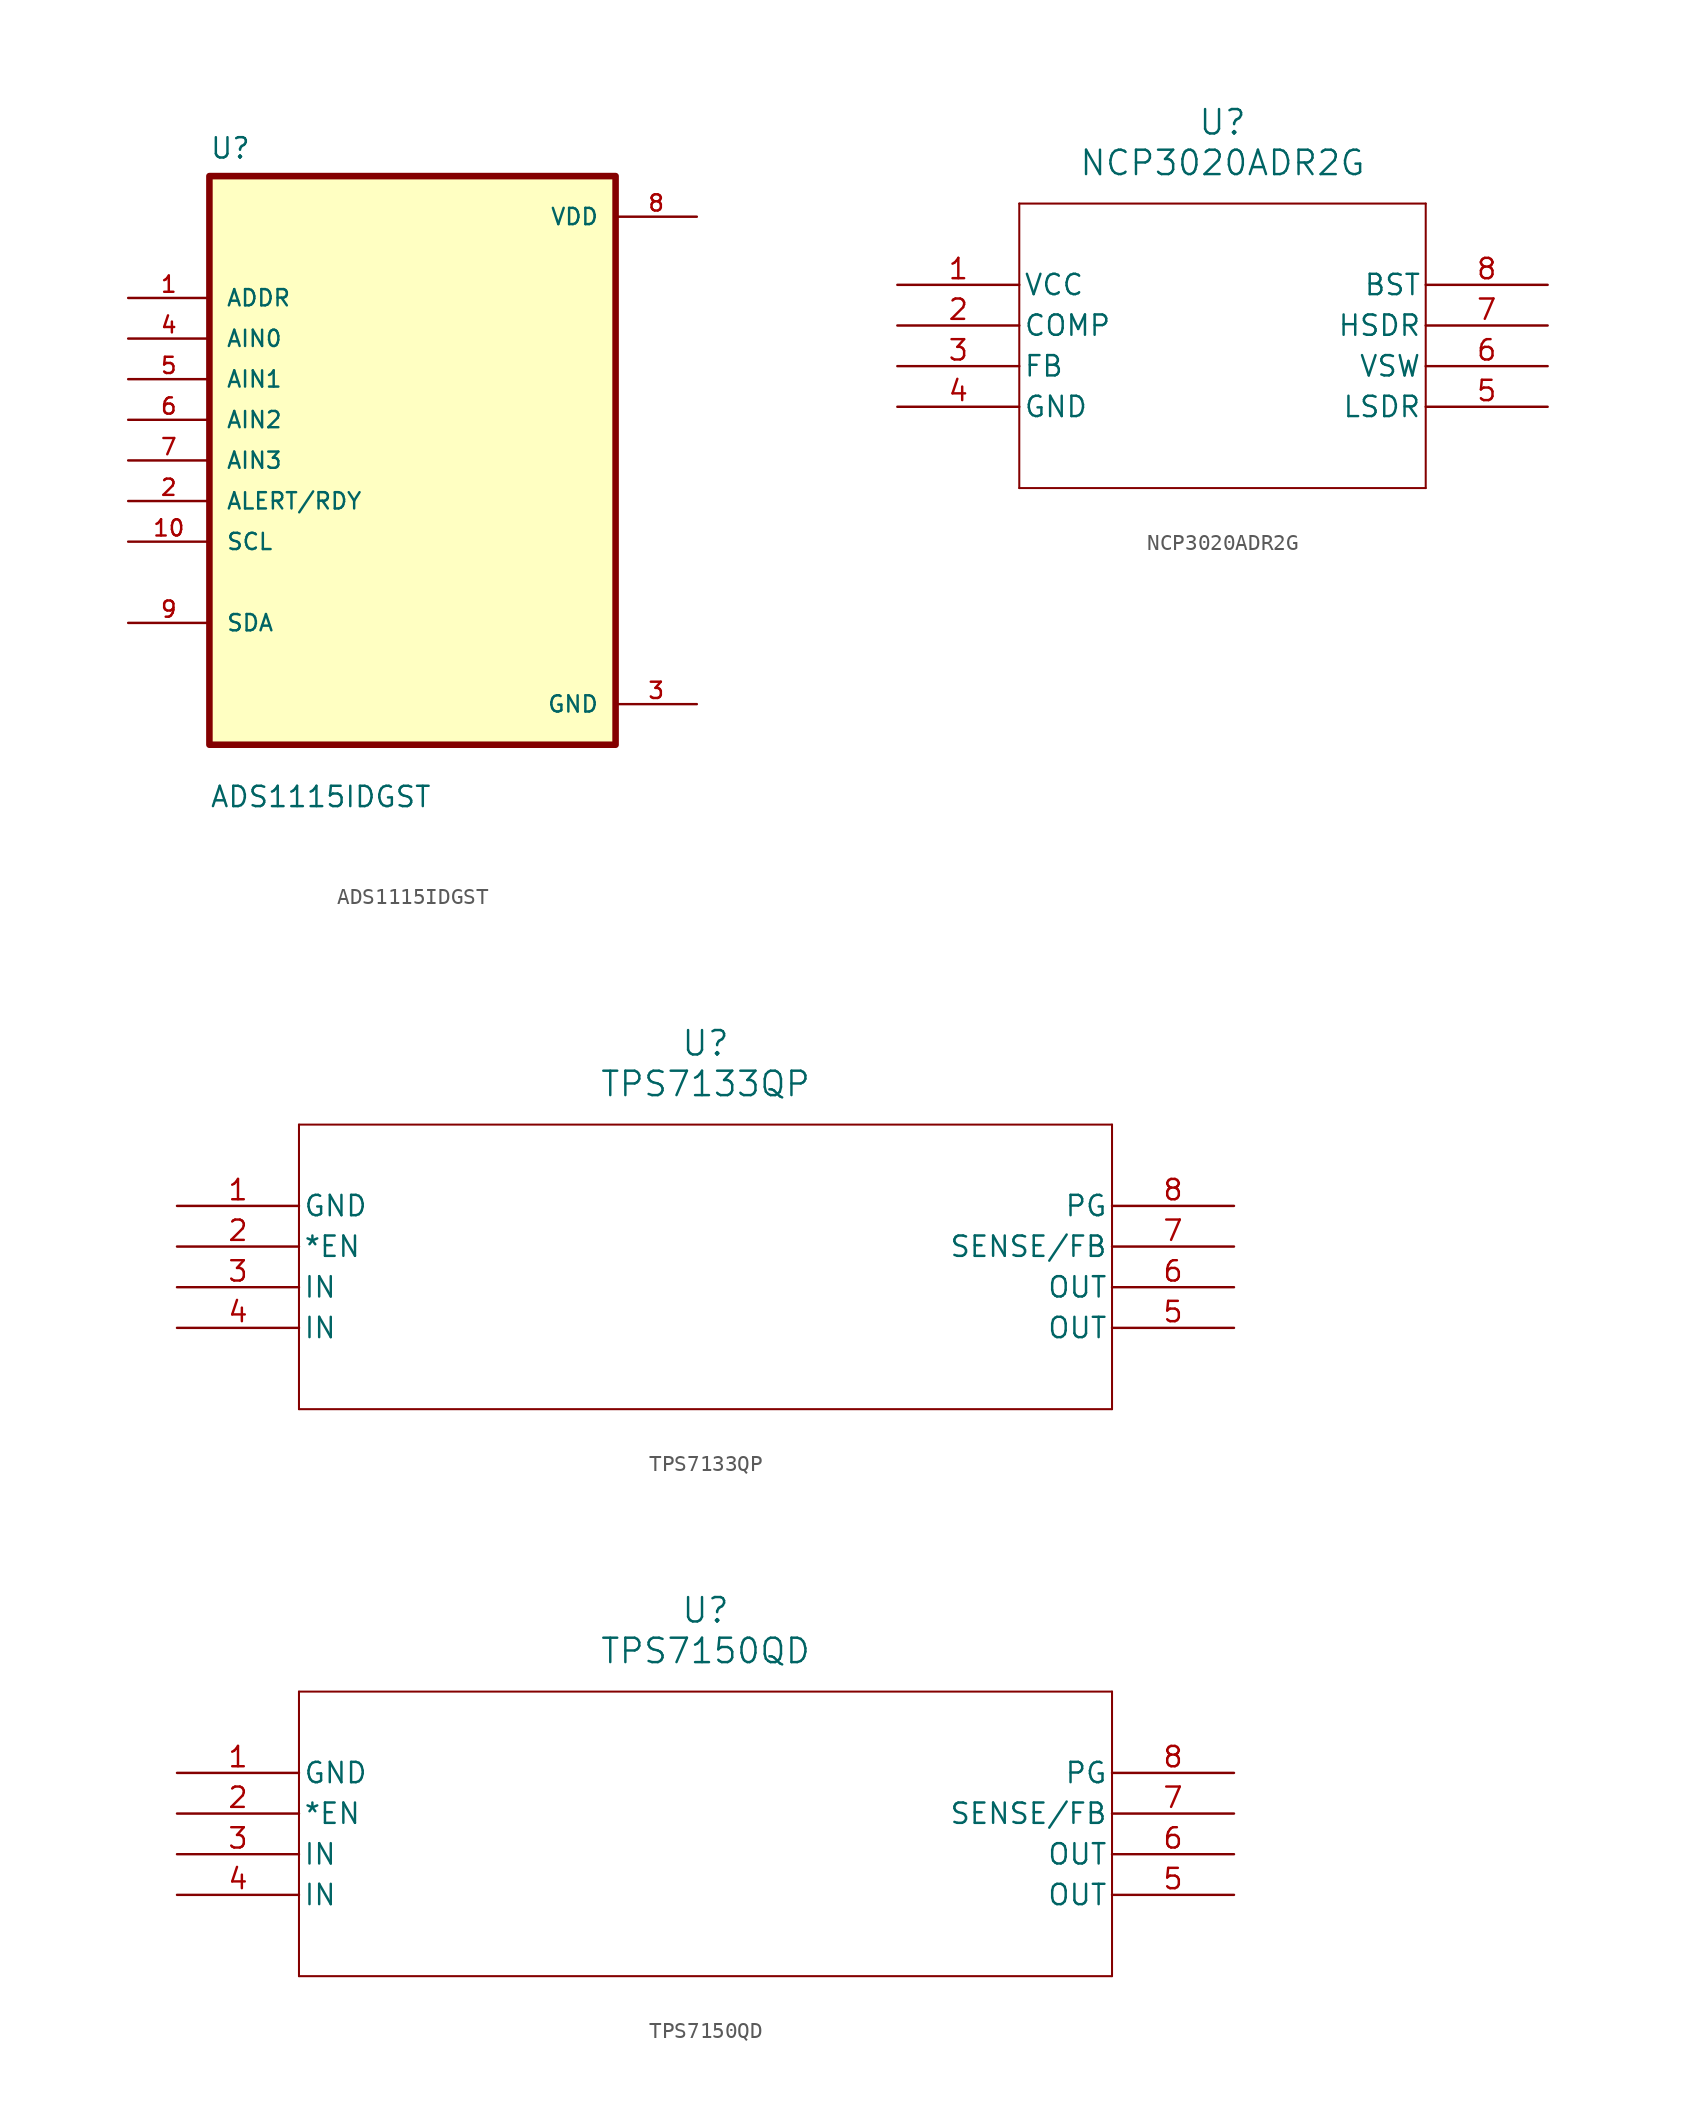
<source format=kicad_sym>
(kicad_symbol_lib
  (version 20220914)
  (generator kicad_symbol_editor)
  (symbol "ADS1115IDGST"
    (pin_names
      (offset 1.016))
    (property "Reference" "U"
      (at -12.7 18.78 0)
      (effects (font (size 1.27 1.27)) (justify left bottom)))
    (property "Value" "ADS1115IDGST"
      (at -12.7 -21.78 0)
      (effects (font (size 1.27 1.27)) (justify left bottom)))
    (symbol "ADS1115IDGST_0_0"
      (rectangle (start -12.7 -17.78) (end 12.7 17.78) (stroke (width 0.41) (type default)) (fill (type background)))
      (pin input line (at -17.78 10.16 0) (length 5.08) (name "ADDR" (effects (font (size 1.016 1.016)))) (number "1" (effects (font (size 1.016 1.016)))))
      (pin input line (at -17.78 -5.08 0) (length 5.08) (name "SCL" (effects (font (size 1.016 1.016)))) (number "10" (effects (font (size 1.016 1.016)))))
      (pin input line (at -17.78 -2.54 0) (length 5.08) (name "ALERT/RDY" (effects (font (size 1.016 1.016)))) (number "2" (effects (font (size 1.016 1.016)))))
      (pin power_in line (at 17.78 -15.24 180) (length 5.08) (name "GND" (effects (font (size 1.016 1.016)))) (number "3" (effects (font (size 1.016 1.016)))))
      (pin input line (at -17.78 7.62 0) (length 5.08) (name "AIN0" (effects (font (size 1.016 1.016)))) (number "4" (effects (font (size 1.016 1.016)))))
      (pin input line (at -17.78 5.08 0) (length 5.08) (name "AIN1" (effects (font (size 1.016 1.016)))) (number "5" (effects (font (size 1.016 1.016)))))
      (pin input line (at -17.78 2.54 0) (length 5.08) (name "AIN2" (effects (font (size 1.016 1.016)))) (number "6" (effects (font (size 1.016 1.016)))))
      (pin input line (at -17.78 0 0) (length 5.08) (name "AIN3" (effects (font (size 1.016 1.016)))) (number "7" (effects (font (size 1.016 1.016)))))
      (pin power_in line (at 17.78 15.24 180) (length 5.08) (name "VDD" (effects (font (size 1.016 1.016)))) (number "8" (effects (font (size 1.016 1.016)))))
      (pin bidirectional line (at -17.78 -10.16 0) (length 5.08) (name "SDA" (effects (font (size 1.016 1.016)))) (number "9" (effects (font (size 1.016 1.016)))))))
  (symbol "NCP3020ADR2G"
    (pin_names
      (offset 0.254))
    (property "Reference" "U"
      (at 20.32 10.16 0)
      (effects (font (size 1.524 1.524))))
    (property "Value" "NCP3020ADR2G"
      (at 20.32 7.62 0)
      (effects (font (size 1.524 1.524))))
    (symbol "NCP3020ADR2G_0_1"
      (polyline (pts (xy 7.62 -12.7) (xy 33.02 -12.7)) (stroke (width 0.127) (type default)) (fill (type none)))
      (polyline (pts (xy 7.62 5.08) (xy 7.62 -12.7)) (stroke (width 0.127) (type default)) (fill (type none)))
      (polyline (pts (xy 33.02 -12.7) (xy 33.02 5.08)) (stroke (width 0.127) (type default)) (fill (type none)))
      (polyline (pts (xy 33.02 5.08) (xy 7.62 5.08)) (stroke (width 0.127) (type default)) (fill (type none)))
      (pin power_in line (at 0 0 0) (length 7.62) (name "VCC" (effects (font (size 1.27 1.27)))) (number "1" (effects (font (size 1.27 1.27)))))
      (pin output line (at 0 -2.54 0) (length 7.62) (name "COMP" (effects (font (size 1.27 1.27)))) (number "2" (effects (font (size 1.27 1.27)))))
      (pin input line (at 0 -5.08 0) (length 7.62) (name "FB" (effects (font (size 1.27 1.27)))) (number "3" (effects (font (size 1.27 1.27)))))
      (pin power_in line (at 0 -7.62 0) (length 7.62) (name "GND" (effects (font (size 1.27 1.27)))) (number "4" (effects (font (size 1.27 1.27)))))
      (pin output line (at 40.64 -7.62 180) (length 7.62) (name "LSDR" (effects (font (size 1.27 1.27)))) (number "5" (effects (font (size 1.27 1.27)))))
      (pin unspecified line (at 40.64 -5.08 180) (length 7.62) (name "VSW" (effects (font (size 1.27 1.27)))) (number "6" (effects (font (size 1.27 1.27)))))
      (pin output line (at 40.64 -2.54 180) (length 7.62) (name "HSDR" (effects (font (size 1.27 1.27)))) (number "7" (effects (font (size 1.27 1.27)))))
      (pin unspecified line (at 40.64 0 180) (length 7.62) (name "BST" (effects (font (size 1.27 1.27)))) (number "8" (effects (font (size 1.27 1.27)))))))
  (symbol "TPS7133QP"
    (pin_names
      (offset 0.254))
    (property "Reference" "U"
      (at 33.02 10.16 0)
      (effects (font (size 1.524 1.524))))
    (property "Value" "TPS7133QP"
      (at 33.02 7.62 0)
      (effects (font (size 1.524 1.524))))
    (property "ki_locked" ""
      (at 0 0 0)
      (effects (font (size 1.27 1.27))))
    (symbol "TPS7133QP_0_1"
      (polyline (pts (xy 7.62 -12.7) (xy 58.42 -12.7)) (stroke (width 0.127) (type default)) (fill (type none)))
      (polyline (pts (xy 7.62 5.08) (xy 7.62 -12.7)) (stroke (width 0.127) (type default)) (fill (type none)))
      (polyline (pts (xy 58.42 -12.7) (xy 58.42 5.08)) (stroke (width 0.127) (type default)) (fill (type none)))
      (polyline (pts (xy 58.42 5.08) (xy 7.62 5.08)) (stroke (width 0.127) (type default)) (fill (type none)))
      (pin power_in line (at 0 0 0) (length 7.62) (name "GND" (effects (font (size 1.27 1.27)))) (number "1" (effects (font (size 1.27 1.27)))))
      (pin unspecified line (at 0 -2.54 0) (length 7.62) (name "*EN" (effects (font (size 1.27 1.27)))) (number "2" (effects (font (size 1.27 1.27)))))
      (pin input line (at 0 -5.08 0) (length 7.62) (name "IN" (effects (font (size 1.27 1.27)))) (number "3" (effects (font (size 1.27 1.27)))))
      (pin input line (at 0 -7.62 0) (length 7.62) (name "IN" (effects (font (size 1.27 1.27)))) (number "4" (effects (font (size 1.27 1.27)))))
      (pin output line (at 66.04 -7.62 180) (length 7.62) (name "OUT" (effects (font (size 1.27 1.27)))) (number "5" (effects (font (size 1.27 1.27)))))
      (pin output line (at 66.04 -5.08 180) (length 7.62) (name "OUT" (effects (font (size 1.27 1.27)))) (number "6" (effects (font (size 1.27 1.27)))))
      (pin unspecified line (at 66.04 -2.54 180) (length 7.62) (name "SENSE/FB" (effects (font (size 1.27 1.27)))) (number "7" (effects (font (size 1.27 1.27)))))
      (pin unspecified line (at 66.04 0 180) (length 7.62) (name "PG" (effects (font (size 1.27 1.27)))) (number "8" (effects (font (size 1.27 1.27)))))))
  (symbol "TPS7150QD"
    (pin_names
      (offset 0.254))
    (property "Reference" "U"
      (at 33.02 10.16 0)
      (effects (font (size 1.524 1.524))))
    (property "Value" "TPS7150QD"
      (at 33.02 7.62 0)
      (effects (font (size 1.524 1.524))))
    (symbol "TPS7150QD_0_1"
      (polyline (pts (xy 7.62 -12.7) (xy 58.42 -12.7)) (stroke (width 0.127) (type default)) (fill (type none)))
      (polyline (pts (xy 7.62 5.08) (xy 7.62 -12.7)) (stroke (width 0.127) (type default)) (fill (type none)))
      (polyline (pts (xy 58.42 -12.7) (xy 58.42 5.08)) (stroke (width 0.127) (type default)) (fill (type none)))
      (polyline (pts (xy 58.42 5.08) (xy 7.62 5.08)) (stroke (width 0.127) (type default)) (fill (type none)))
      (pin power_in line (at 0 0 0) (length 7.62) (name "GND" (effects (font (size 1.27 1.27)))) (number "1" (effects (font (size 1.27 1.27)))))
      (pin input line (at 0 -2.54 0) (length 7.62) (name "*EN" (effects (font (size 1.27 1.27)))) (number "2" (effects (font (size 1.27 1.27)))))
      (pin input line (at 0 -5.08 0) (length 7.62) (name "IN" (effects (font (size 1.27 1.27)))) (number "3" (effects (font (size 1.27 1.27)))))
      (pin input line (at 0 -7.62 0) (length 7.62) (name "IN" (effects (font (size 1.27 1.27)))) (number "4" (effects (font (size 1.27 1.27)))))
      (pin output line (at 66.04 -7.62 180) (length 7.62) (name "OUT" (effects (font (size 1.27 1.27)))) (number "5" (effects (font (size 1.27 1.27)))))
      (pin output line (at 66.04 -5.08 180) (length 7.62) (name "OUT" (effects (font (size 1.27 1.27)))) (number "6" (effects (font (size 1.27 1.27)))))
      (pin bidirectional line (at 66.04 -2.54 180) (length 7.62) (name "SENSE/FB" (effects (font (size 1.27 1.27)))) (number "7" (effects (font (size 1.27 1.27)))))
      (pin output line (at 66.04 0 180) (length 7.62) (name "PG" (effects (font (size 1.27 1.27)))) (number "8" (effects (font (size 1.27 1.27))))))))
</source>
